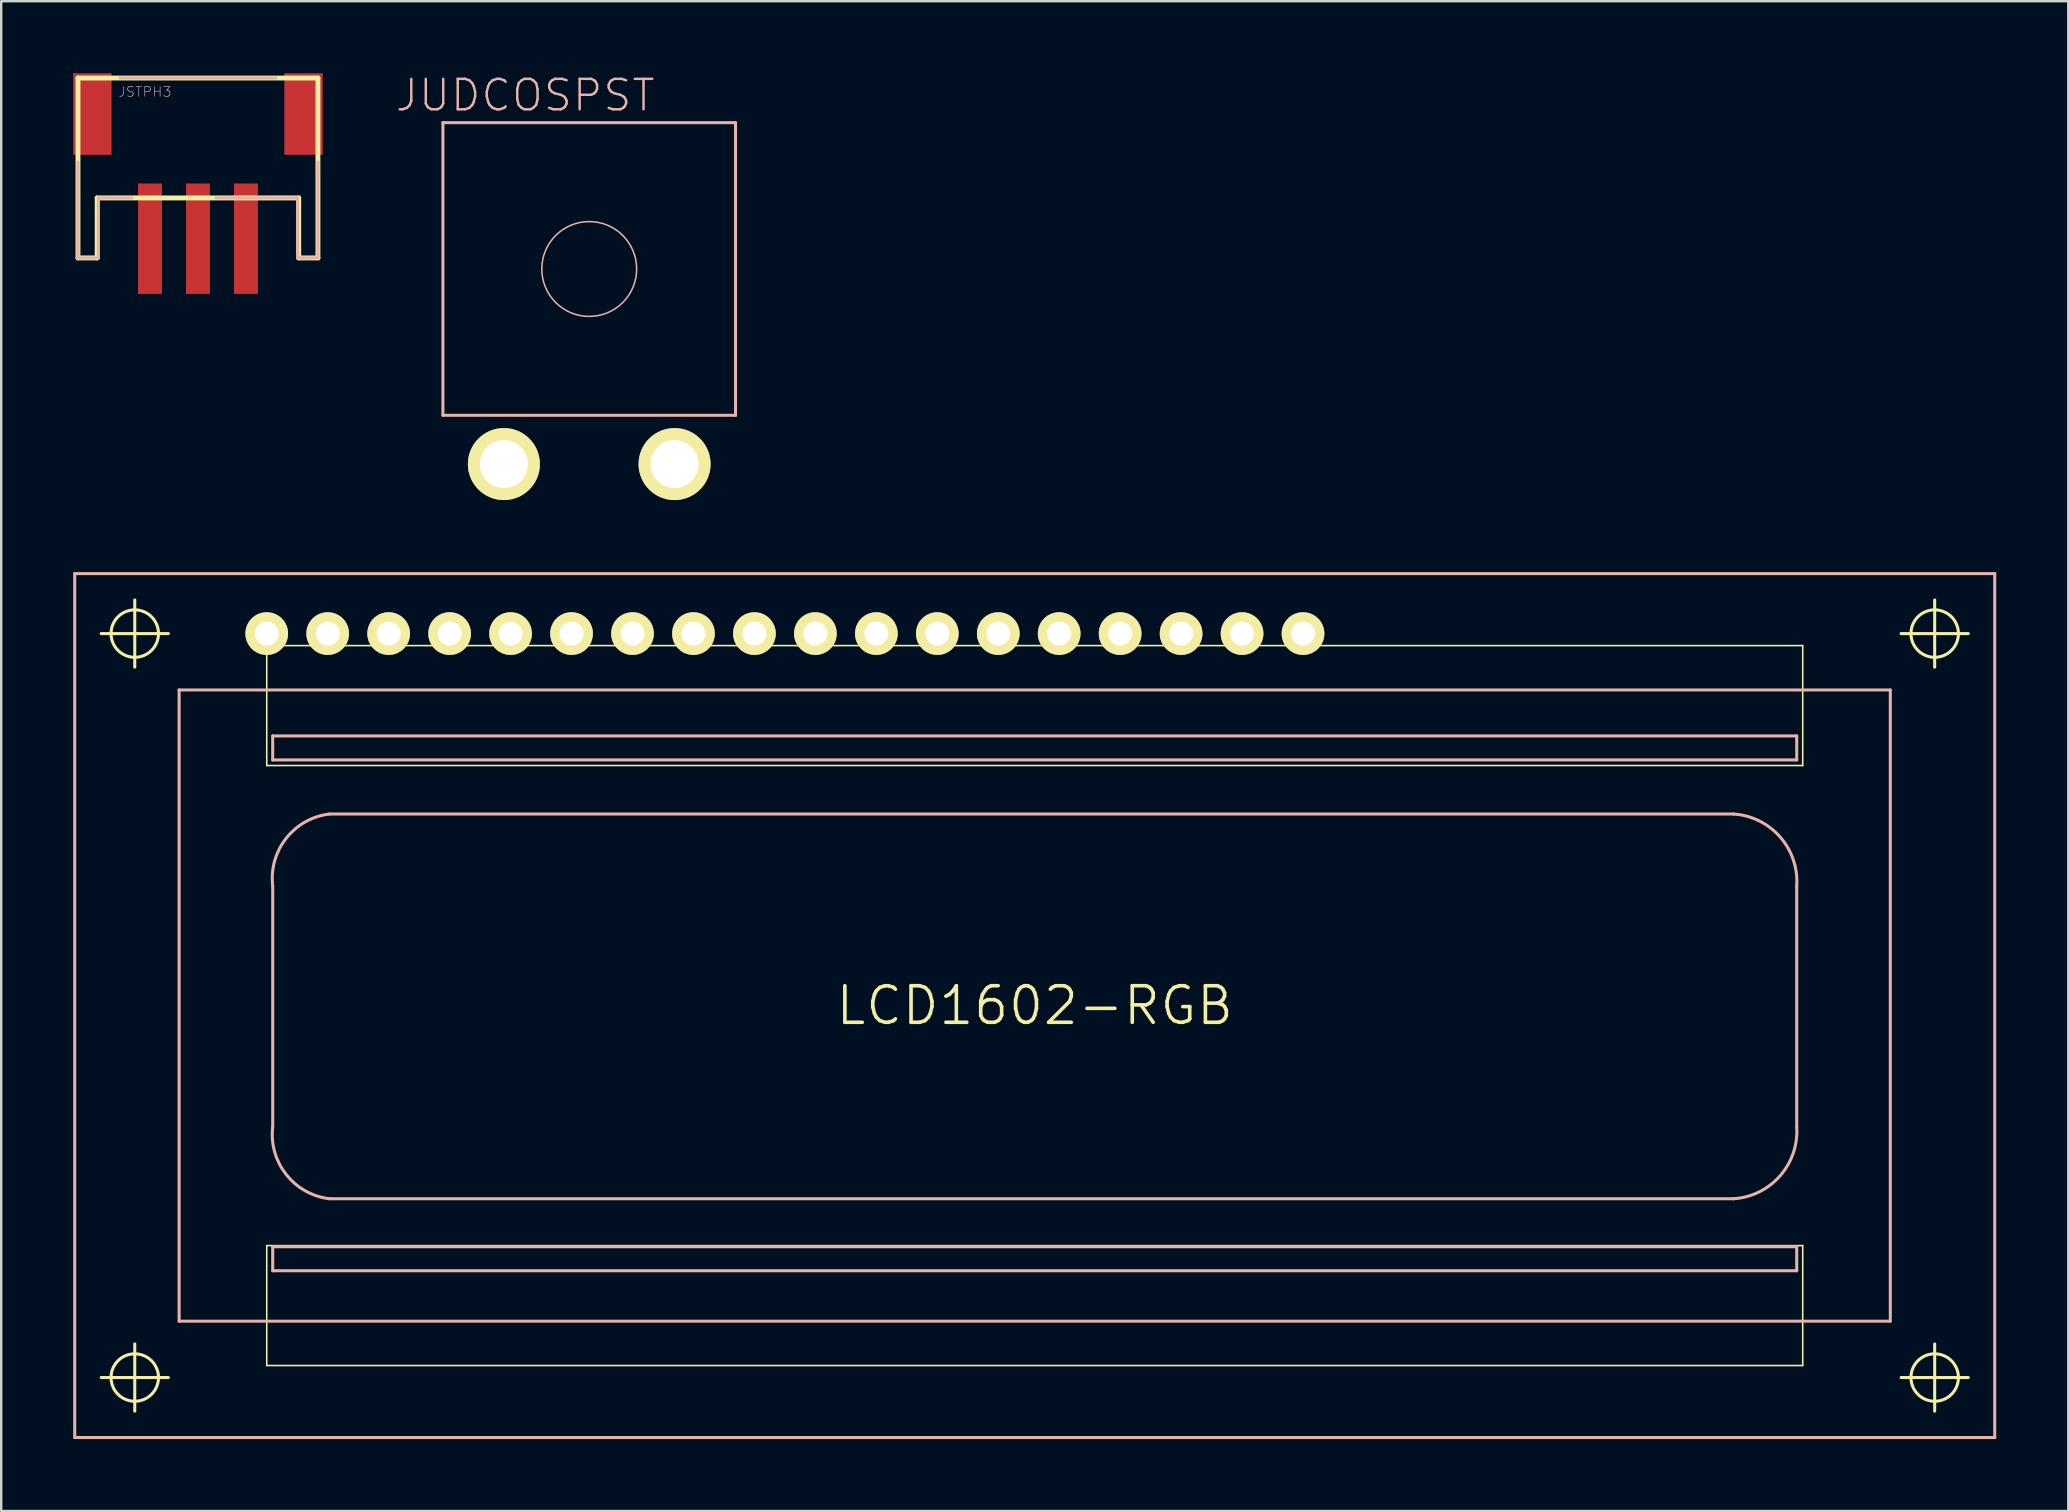
<source format=kicad_pcb>
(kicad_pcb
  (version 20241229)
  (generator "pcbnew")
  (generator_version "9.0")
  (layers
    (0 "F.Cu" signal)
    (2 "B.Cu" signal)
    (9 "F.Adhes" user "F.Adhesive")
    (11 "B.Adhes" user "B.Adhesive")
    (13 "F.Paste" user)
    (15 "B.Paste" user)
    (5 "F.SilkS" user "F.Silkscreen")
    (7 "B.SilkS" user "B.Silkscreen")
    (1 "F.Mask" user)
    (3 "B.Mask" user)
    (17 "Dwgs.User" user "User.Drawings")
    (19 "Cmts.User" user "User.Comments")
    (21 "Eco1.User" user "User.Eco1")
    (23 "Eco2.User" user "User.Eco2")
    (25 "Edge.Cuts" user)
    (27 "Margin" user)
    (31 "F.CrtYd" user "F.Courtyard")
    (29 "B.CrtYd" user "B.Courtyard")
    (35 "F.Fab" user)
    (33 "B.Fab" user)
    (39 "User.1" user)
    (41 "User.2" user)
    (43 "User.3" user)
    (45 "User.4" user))
  (footprint "JUDCOSPST"
    (layer "F.Cu")
    (at 21.501 8.158)
    (property "Reference" "JUDCOSPST" (at -2.667 -7.236 0) (layer "B.SilkS") (effects (font (size 1.27 1.27) (thickness 0.102))))
    (attr exclude_from_pos_files exclude_from_bom)
    (fp_line (start -6.096 -6.096) (end 6.096 -6.096) (stroke (width 0.127) (type solid)) (layer "B.SilkS"))
    (fp_line (start -6.096 6.096) (end -6.096 -6.096) (stroke (width 0.127) (type solid)) (layer "B.SilkS"))
    (fp_line (start 6.096 -6.096) (end 6.096 6.096) (stroke (width 0.127) (type solid)) (layer "B.SilkS"))
    (fp_line (start 6.096 6.096) (end -6.096 6.096) (stroke (width 0.127) (type solid)) (layer "B.SilkS"))
    (fp_circle (center 0 0) (end -1.397 1.397) (stroke (width 0.064) (type solid)) (fill no) (layer "B.SilkS"))
    (pad "P" thru_hole circle (at 3.556 8.128) (size 3 3) (drill 1.999) (layers "*.Cu" "F.Mask" "F.SilkS" "F.Paste"))
    (pad "T" thru_hole circle (at -3.556 8.128) (size 3 3) (drill 1.999) (layers "*.Cu" "F.Mask" "F.SilkS" "F.Paste")))
  (footprint "LCD1602-RGB"
    (layer "F.Cu")
    (at 40.063 38.848)
    (property "Reference" "LCD1602-RGB" (at 0 0 0) (layer "F.SilkS") (effects (font (size 1.524 1.524) (thickness 0.15))))
    (attr exclude_from_pos_files exclude_from_bom)
    (fp_line (start -38.898 -15.499) (end -36.098 -15.499) (stroke (width 0.127) (type solid)) (layer "F.SilkS"))
    (fp_line (start -38.898 15.499) (end -36.098 15.499) (stroke (width 0.127) (type solid)) (layer "F.SilkS"))
    (fp_line (start -37.498 -14.1) (end -37.498 -16.899) (stroke (width 0.127) (type solid)) (layer "F.SilkS"))
    (fp_line (start -37.498 16.899) (end -37.498 14.1) (stroke (width 0.127) (type solid)) (layer "F.SilkS"))
    (fp_line (start -31.999 -14.999) (end 31.999 -14.999) (stroke (width 0.066) (type solid)) (layer "F.SilkS"))
    (fp_line (start -31.999 -10) (end -31.999 -14.999) (stroke (width 0.066) (type solid)) (layer "F.SilkS"))
    (fp_line (start -31.999 -10) (end 31.999 -10) (stroke (width 0.066) (type solid)) (layer "F.SilkS"))
    (fp_line (start -31.999 10) (end 31.999 10) (stroke (width 0.066) (type solid)) (layer "F.SilkS"))
    (fp_line (start -31.999 14.999) (end -31.999 10) (stroke (width 0.066) (type solid)) (layer "F.SilkS"))
    (fp_line (start -31.999 14.999) (end 31.999 14.999) (stroke (width 0.066) (type solid)) (layer "F.SilkS"))
    (fp_line (start 31.999 -10) (end 31.999 -14.999) (stroke (width 0.066) (type solid)) (layer "F.SilkS"))
    (fp_line (start 31.999 14.999) (end 31.999 10) (stroke (width 0.066) (type solid)) (layer "F.SilkS"))
    (fp_line (start 36.098 -15.499) (end 38.898 -15.499) (stroke (width 0.127) (type solid)) (layer "F.SilkS"))
    (fp_line (start 36.098 15.499) (end 38.898 15.499) (stroke (width 0.127) (type solid)) (layer "F.SilkS"))
    (fp_line (start 37.498 -14.1) (end 37.498 -16.899) (stroke (width 0.127) (type solid)) (layer "F.SilkS"))
    (fp_line (start 37.498 16.899) (end 37.498 14.1) (stroke (width 0.127) (type solid)) (layer "F.SilkS"))
    (fp_circle (center -37.498 -15.499) (end -38.197 -16.198) (stroke (width 0.127) (type solid)) (fill no) (layer "F.SilkS"))
    (fp_circle (center -37.498 15.499) (end -38.197 16.198) (stroke (width 0.127) (type solid)) (fill no) (layer "F.SilkS"))
    (fp_circle (center 37.498 -15.499) (end 38.197 -16.198) (stroke (width 0.127) (type solid)) (fill no) (layer "F.SilkS"))
    (fp_circle (center 37.498 15.499) (end 38.197 16.198) (stroke (width 0.127) (type solid)) (fill no) (layer "F.SilkS"))
    (fp_line (start -40 -17.998) (end -40 17.998) (stroke (width 0.127) (type solid)) (layer "B.SilkS"))
    (fp_line (start -40 17.998) (end 40 17.998) (stroke (width 0.127) (type solid)) (layer "B.SilkS"))
    (fp_line (start -35.649 -13.15) (end 35.649 -13.15) (stroke (width 0.127) (type solid)) (layer "B.SilkS"))
    (fp_line (start -35.649 13.15) (end -35.649 -13.15) (stroke (width 0.127) (type solid)) (layer "B.SilkS"))
    (fp_line (start -31.75 -11.234) (end 31.75 -11.234) (stroke (width 0.127) (type solid)) (layer "B.SilkS"))
    (fp_line (start -31.75 -10.234) (end -31.75 -11.234) (stroke (width 0.127) (type solid)) (layer "B.SilkS"))
    (fp_line (start -31.75 -4.981) (end -31.75 5.05) (stroke (width 0.127) (type solid)) (layer "B.SilkS"))
    (fp_line (start -31.75 10.048) (end -31.75 11.049) (stroke (width 0.127) (type solid)) (layer "B.SilkS"))
    (fp_line (start -31.75 11.049) (end 31.75 11.049) (stroke (width 0.127) (type solid)) (layer "B.SilkS"))
    (fp_line (start -29.385 8.049) (end 29.121 8.049) (stroke (width 0.127) (type solid)) (layer "B.SilkS"))
    (fp_line (start 29.121 -7.981) (end -29.385 -7.981) (stroke (width 0.127) (type solid)) (layer "B.SilkS"))
    (fp_line (start 31.75 -11.234) (end 31.75 -10.234) (stroke (width 0.127) (type solid)) (layer "B.SilkS"))
    (fp_line (start 31.75 -10.234) (end -31.75 -10.234) (stroke (width 0.127) (type solid)) (layer "B.SilkS"))
    (fp_line (start 31.75 5.05) (end 31.75 -4.981) (stroke (width 0.127) (type solid)) (layer "B.SilkS"))
    (fp_line (start 31.75 10.048) (end -31.75 10.048) (stroke (width 0.127) (type solid)) (layer "B.SilkS"))
    (fp_line (start 31.75 11.049) (end 31.75 10.048) (stroke (width 0.127) (type solid)) (layer "B.SilkS"))
    (fp_line (start 35.649 -13.15) (end 35.649 13.15) (stroke (width 0.127) (type solid)) (layer "B.SilkS"))
    (fp_line (start 35.649 13.15) (end -35.649 13.15) (stroke (width 0.127) (type solid)) (layer "B.SilkS"))
    (fp_line (start 40 -17.998) (end -40 -17.998) (stroke (width 0.127) (type solid)) (layer "B.SilkS"))
    (fp_line (start 40 17.998) (end 40 -17.998) (stroke (width 0.127) (type solid)) (layer "B.SilkS"))
    (fp_arc (start -31.75 -4.98094) (mid -31.188896 -6.970564) (end -29.38526 -7.98068) (stroke (width 0.127) (type solid)) (layer "B.SilkS"))
    (fp_arc (start -29.38526 8.04926) (mid -31.188896 7.039144) (end -31.75 5.04952) (stroke (width 0.127) (type solid)) (layer "B.SilkS"))
    (fp_arc (start 29.1211 -7.98068) (mid 31.056816 -7.025273) (end 31.75 -4.98094) (stroke (width 0.127) (type solid)) (layer "B.SilkS"))
    (fp_arc (start 31.75 5.04952) (mid 31.056816 7.093853) (end 29.1211 8.04926) (stroke (width 0.127) (type solid)) (layer "B.SilkS"))
    (pad "1" thru_hole circle (at -31.999 -15.499) (size 1.778 1.778) (drill 0.998) (layers "*.Cu" "F.Mask" "F.SilkS" "F.Paste"))
    (pad "2" thru_hole circle (at -29.459 -15.499) (size 1.778 1.778) (drill 0.998) (layers "*.Cu" "F.Mask" "F.SilkS" "F.Paste"))
    (pad "3" thru_hole circle (at -26.919 -15.499) (size 1.778 1.778) (drill 0.998) (layers "*.Cu" "F.Mask" "F.SilkS" "F.Paste"))
    (pad "4" thru_hole circle (at -24.379 -15.499) (size 1.778 1.778) (drill 0.998) (layers "*.Cu" "F.Mask" "F.SilkS" "F.Paste"))
    (pad "5" thru_hole circle (at -21.839 -15.499) (size 1.778 1.778) (drill 0.998) (layers "*.Cu" "F.Mask" "F.SilkS" "F.Paste"))
    (pad "6" thru_hole circle (at -19.299 -15.499) (size 1.778 1.778) (drill 0.998) (layers "*.Cu" "F.Mask" "F.SilkS" "F.Paste"))
    (pad "7" thru_hole circle (at -16.759 -15.499) (size 1.778 1.778) (drill 0.998) (layers "*.Cu" "F.Mask" "F.SilkS" "F.Paste"))
    (pad "8" thru_hole circle (at -14.219 -15.499) (size 1.778 1.778) (drill 0.998) (layers "*.Cu" "F.Mask" "F.SilkS" "F.Paste"))
    (pad "9" thru_hole circle (at -11.679 -15.499) (size 1.778 1.778) (drill 0.998) (layers "*.Cu" "F.Mask" "F.SilkS" "F.Paste"))
    (pad "10" thru_hole circle (at -9.139 -15.499) (size 1.778 1.778) (drill 0.998) (layers "*.Cu" "F.Mask" "F.SilkS" "F.Paste"))
    (pad "11" thru_hole circle (at -6.599 -15.499) (size 1.778 1.778) (drill 0.998) (layers "*.Cu" "F.Mask" "F.SilkS" "F.Paste"))
    (pad "12" thru_hole circle (at -4.059 -15.499) (size 1.778 1.778) (drill 0.998) (layers "*.Cu" "F.Mask" "F.SilkS" "F.Paste"))
    (pad "13" thru_hole circle (at -1.519 -15.499) (size 1.778 1.778) (drill 0.998) (layers "*.Cu" "F.Mask" "F.SilkS" "F.Paste"))
    (pad "14" thru_hole circle (at 1.019 -15.499) (size 1.778 1.778) (drill 0.998) (layers "*.Cu" "F.Mask" "F.SilkS" "F.Paste"))
    (pad "15" thru_hole circle (at 3.559 -15.499) (size 1.778 1.778) (drill 0.998) (layers "*.Cu" "F.Mask" "F.SilkS" "F.Paste"))
    (pad "16" thru_hole circle (at 6.099 -15.499) (size 1.778 1.778) (drill 0.998) (layers "*.Cu" "F.Mask" "F.SilkS" "F.Paste"))
    (pad "17" thru_hole circle (at 8.639 -15.499) (size 1.778 1.778) (drill 0.998) (layers "*.Cu" "F.Mask" "F.SilkS" "F.Paste"))
    (pad "18" thru_hole circle (at 11.179 -15.499) (size 1.778 1.778) (drill 0.998) (layers "*.Cu" "F.Mask" "F.SilkS" "F.Paste")))
  (footprint "JSTPH3"
    (layer "F.Cu")
    (at 5.198 4.199)
    (property "Reference" "JSTPH3" (at -2.205 -3.424 0) (layer "B.SilkS") (effects (font (size 0.406 0.406) (thickness 0.025))))
    (attr smd)
    (fp_line (start -4.999 -3.998) (end 4.999 -3.998) (stroke (width 0.203) (type solid)) (layer "F.SilkS"))
    (fp_line (start -4.999 3.498) (end -4.999 -3.998) (stroke (width 0.203) (type solid)) (layer "F.SilkS"))
    (fp_line (start -4.199 0.998) (end -4.199 3.498) (stroke (width 0.203) (type solid)) (layer "F.SilkS"))
    (fp_line (start -4.199 3.498) (end -4.999 3.498) (stroke (width 0.203) (type solid)) (layer "F.SilkS"))
    (fp_line (start 4.199 0.998) (end -4.199 0.998) (stroke (width 0.203) (type solid)) (layer "F.SilkS"))
    (fp_line (start 4.199 3.498) (end 4.199 0.998) (stroke (width 0.203) (type solid)) (layer "F.SilkS"))
    (fp_line (start 4.999 -3.998) (end 4.999 3.498) (stroke (width 0.203) (type solid)) (layer "F.SilkS"))
    (fp_line (start 4.999 3.498) (end 4.199 3.498) (stroke (width 0.203) (type solid)) (layer "F.SilkS"))
    (fp_line (start -4.999 3.498) (end -4.999 -0.498) (stroke (width 0.127) (type solid)) (layer "B.SilkS"))
    (fp_line (start -4.148 0.998) (end -4.148 3.498) (stroke (width 0.127) (type solid)) (layer "B.SilkS"))
    (fp_line (start -4.148 3.498) (end -4.999 3.498) (stroke (width 0.127) (type solid)) (layer "B.SilkS"))
    (fp_line (start -3.249 -3.998) (end 3.249 -3.998) (stroke (width 0.127) (type solid)) (layer "B.SilkS"))
    (fp_line (start -2.748 0.998) (end -4.148 0.998) (stroke (width 0.127) (type solid)) (layer "B.SilkS"))
    (fp_line (start 4.148 0.998) (end 0.749 0.998) (stroke (width 0.127) (type solid)) (layer "B.SilkS"))
    (fp_line (start 4.148 3.498) (end 4.148 0.998) (stroke (width 0.127) (type solid)) (layer "B.SilkS"))
    (fp_line (start 4.999 -0.498) (end 4.999 3.498) (stroke (width 0.127) (type solid)) (layer "B.SilkS"))
    (fp_line (start 4.999 3.498) (end 4.148 3.498) (stroke (width 0.127) (type solid)) (layer "B.SilkS"))
    (pad "1" smd rect (at -1.999 2.697) (size 0.998 4.6) (layers "F.Cu" "F.Mask" "F.Paste"))
    (pad "2" smd rect (at 0 2.697) (size 0.998 4.6) (layers "F.Cu" "F.Mask" "F.Paste"))
    (pad "3" smd rect (at 1.999 2.697) (size 0.998 4.6) (layers "F.Cu" "F.Mask" "F.Paste"))
    (pad "NC1" smd rect (at -4.399 -2.499 90) (size 3.399 1.598) (layers "F.Cu" "F.Mask" "F.Paste"))
    (pad "NC2" smd rect (at 4.399 -2.499 90) (size 3.399 1.598) (layers "F.Cu" "F.Mask" "F.Paste")))
  (gr_rect
    (start -3 -3)
    (end 83.127 59.909)
    (stroke (width 0.1) (type default))
    (fill no)
    (layer "Edge.Cuts")))
</source>
